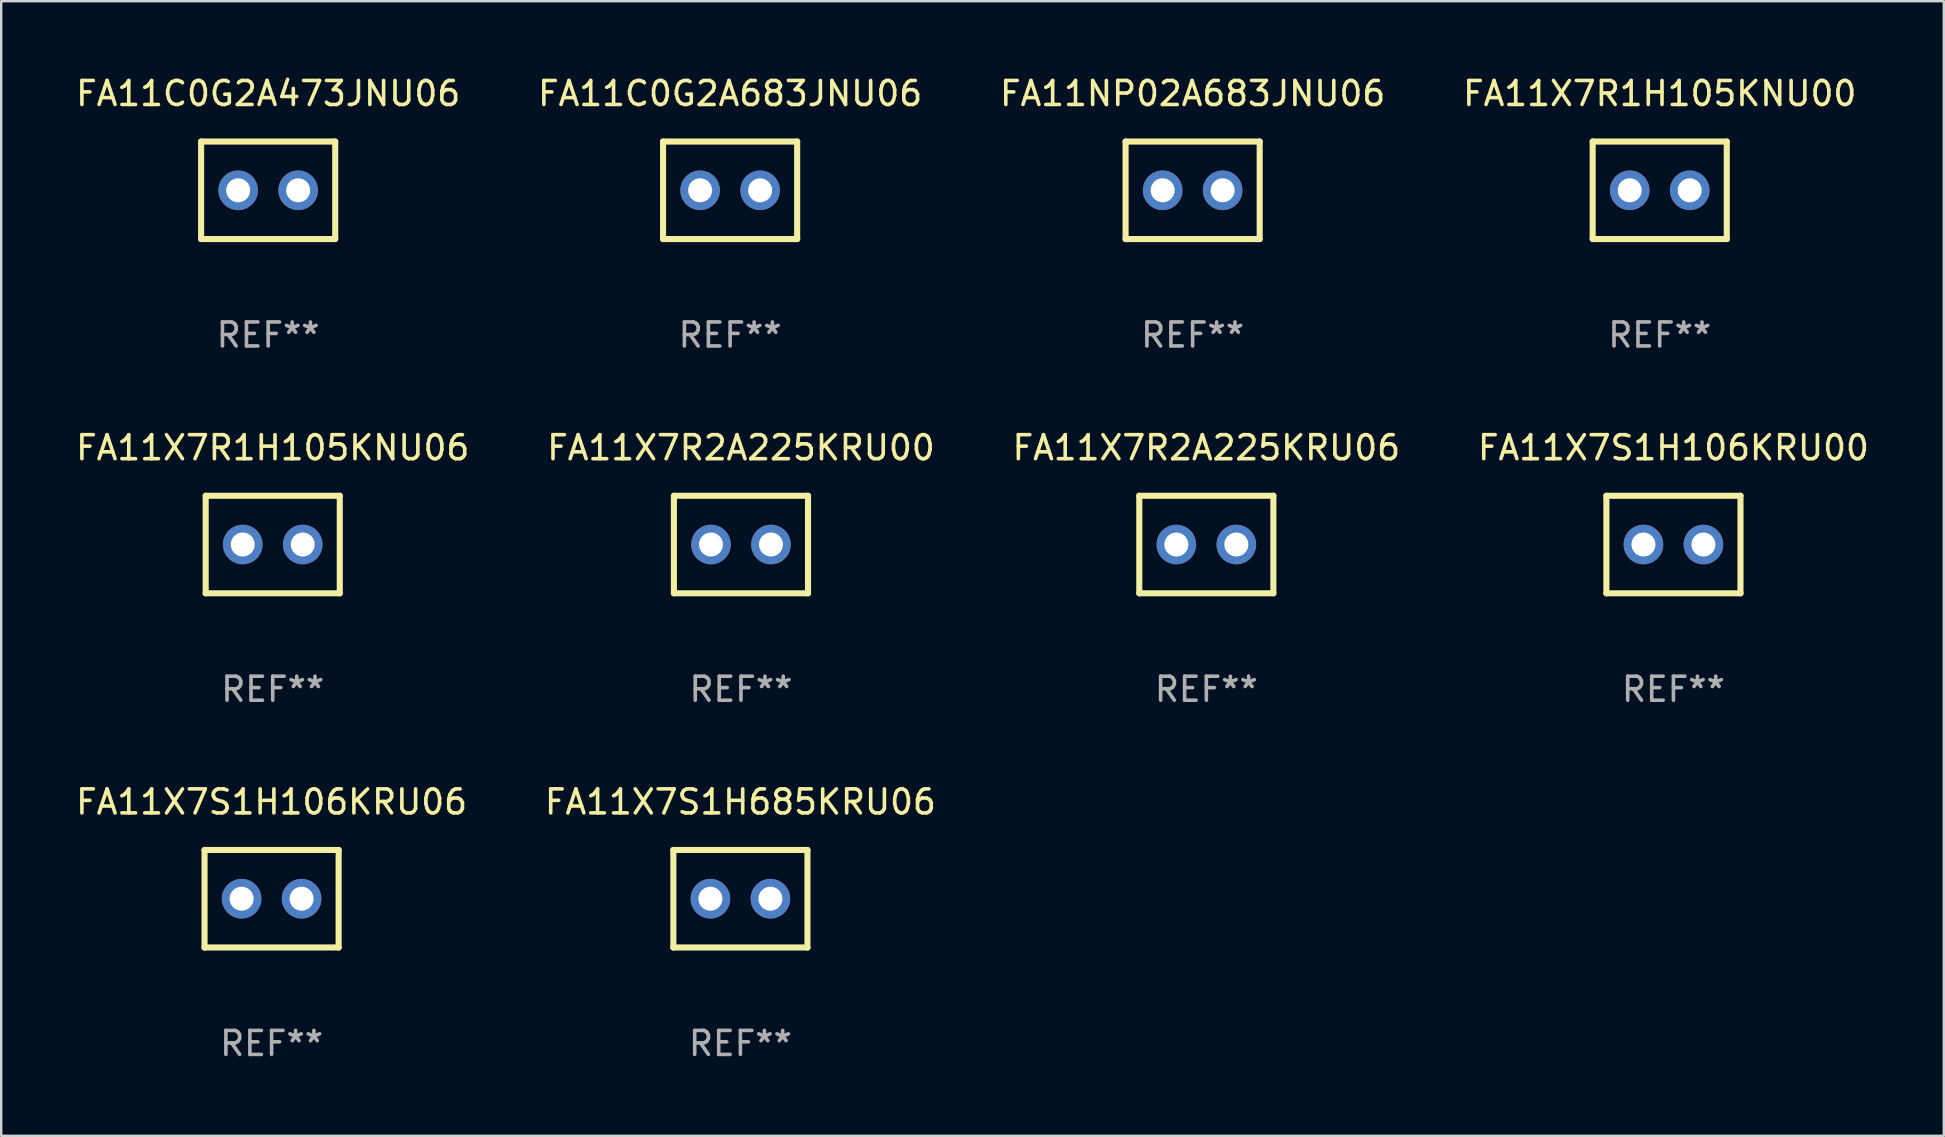
<source format=kicad_pcb>
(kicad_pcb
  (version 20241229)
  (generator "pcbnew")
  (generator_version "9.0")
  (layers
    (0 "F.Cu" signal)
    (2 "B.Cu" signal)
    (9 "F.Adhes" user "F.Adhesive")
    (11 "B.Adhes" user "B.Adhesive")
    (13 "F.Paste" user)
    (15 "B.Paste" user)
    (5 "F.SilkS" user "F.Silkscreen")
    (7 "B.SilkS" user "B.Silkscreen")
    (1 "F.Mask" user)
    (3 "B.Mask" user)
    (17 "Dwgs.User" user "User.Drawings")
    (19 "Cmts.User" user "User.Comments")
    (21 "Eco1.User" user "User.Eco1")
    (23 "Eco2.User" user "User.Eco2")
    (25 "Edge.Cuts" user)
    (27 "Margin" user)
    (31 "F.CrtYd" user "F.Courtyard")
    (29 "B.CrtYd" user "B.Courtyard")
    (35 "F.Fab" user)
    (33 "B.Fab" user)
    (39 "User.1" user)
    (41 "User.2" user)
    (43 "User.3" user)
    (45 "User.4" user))
  (footprint "FA11C0G2A473JNU06"
    (layer "F.Cu")
    (at 8.125 4.88)
    (property "Reference" "FA11C0G2A473JNU06" (at 0 -4.032 0) (layer "F.SilkS") (effects (font (size 1 1) (thickness 0.15))))
    (attr through_hole)
    (fp_line (start -2.794 -2.032) (end -2.794 2.032) (stroke (width 0.254) (type solid)) (layer "F.SilkS"))
    (fp_line (start -2.794 2.032) (end 2.794 2.032) (stroke (width 0.254) (type solid)) (layer "F.SilkS"))
    (fp_line (start 2.794 -2.032) (end -2.794 -2.032) (stroke (width 0.254) (type solid)) (layer "F.SilkS"))
    (fp_line (start 2.794 2.032) (end 2.794 -2.032) (stroke (width 0.254) (type solid)) (layer "F.SilkS"))
    (fp_circle (center -2.75 2) (end -2.72 2) (stroke (width 0.06) (type solid)) (fill no) (layer "F.SilkS"))
    (fp_text user "REF**" (at 0 6.032 0) (layer "F.Fab") (effects (font (size 1 1) (thickness 0.15))))
    (pad "1" thru_hole circle (at -1.25 0) (size 1.65 1.65) (drill 1) (layers "*.Cu" "*.Mask"))
    (pad "2" thru_hole circle (at 1.25 0) (size 1.65 1.65) (drill 1) (layers "*.Cu" "*.Mask")))
  (footprint "FA11X7R1H105KNU00"
    (layer "F.Cu")
    (at 66.113 4.88)
    (property "Reference" "FA11X7R1H105KNU00" (at 0 -4.032 0) (layer "F.SilkS") (effects (font (size 1 1) (thickness 0.15))))
    (attr through_hole)
    (fp_line (start -2.794 -2.032) (end -2.794 2.032) (stroke (width 0.254) (type solid)) (layer "F.SilkS"))
    (fp_line (start -2.794 2.032) (end 2.794 2.032) (stroke (width 0.254) (type solid)) (layer "F.SilkS"))
    (fp_line (start 2.794 -2.032) (end -2.794 -2.032) (stroke (width 0.254) (type solid)) (layer "F.SilkS"))
    (fp_line (start 2.794 2.032) (end 2.794 -2.032) (stroke (width 0.254) (type solid)) (layer "F.SilkS"))
    (fp_circle (center -2.75 2) (end -2.72 2) (stroke (width 0.06) (type solid)) (fill no) (layer "F.SilkS"))
    (fp_text user "REF**" (at 0 6.032 0) (layer "F.Fab") (effects (font (size 1 1) (thickness 0.15))))
    (pad "1" thru_hole circle (at -1.25 0) (size 1.65 1.65) (drill 1) (layers "*.Cu" "*.Mask"))
    (pad "2" thru_hole circle (at 1.25 0) (size 1.65 1.65) (drill 1) (layers "*.Cu" "*.Mask")))
  (footprint "FA11X7S1H106KRU00"
    (layer "F.Cu")
    (at 66.685 19.641)
    (property "Reference" "FA11X7S1H106KRU00" (at 0 -4.032 0) (layer "F.SilkS") (effects (font (size 1 1) (thickness 0.15))))
    (attr through_hole)
    (fp_line (start -2.794 -2.032) (end -2.794 2.032) (stroke (width 0.254) (type solid)) (layer "F.SilkS"))
    (fp_line (start -2.794 2.032) (end 2.794 2.032) (stroke (width 0.254) (type solid)) (layer "F.SilkS"))
    (fp_line (start 2.794 -2.032) (end -2.794 -2.032) (stroke (width 0.254) (type solid)) (layer "F.SilkS"))
    (fp_line (start 2.794 2.032) (end 2.794 -2.032) (stroke (width 0.254) (type solid)) (layer "F.SilkS"))
    (fp_circle (center -2.75 2) (end -2.72 2) (stroke (width 0.06) (type solid)) (fill no) (layer "F.SilkS"))
    (fp_text user "REF**" (at 0 6.032 0) (layer "F.Fab") (effects (font (size 1 1) (thickness 0.15))))
    (pad "1" thru_hole circle (at -1.25 0) (size 1.65 1.65) (drill 1) (layers "*.Cu" "*.Mask"))
    (pad "2" thru_hole circle (at 1.25 0) (size 1.65 1.65) (drill 1) (layers "*.Cu" "*.Mask")))
  (footprint "FA11X7R1H105KNU06"
    (layer "F.Cu")
    (at 8.315 19.641)
    (property "Reference" "FA11X7R1H105KNU06" (at 0 -4.032 0) (layer "F.SilkS") (effects (font (size 1 1) (thickness 0.15))))
    (attr through_hole)
    (fp_line (start -2.794 -2.032) (end -2.794 2.032) (stroke (width 0.254) (type solid)) (layer "F.SilkS"))
    (fp_line (start -2.794 2.032) (end 2.794 2.032) (stroke (width 0.254) (type solid)) (layer "F.SilkS"))
    (fp_line (start 2.794 -2.032) (end -2.794 -2.032) (stroke (width 0.254) (type solid)) (layer "F.SilkS"))
    (fp_line (start 2.794 2.032) (end 2.794 -2.032) (stroke (width 0.254) (type solid)) (layer "F.SilkS"))
    (fp_circle (center -2.75 2) (end -2.72 2) (stroke (width 0.06) (type solid)) (fill no) (layer "F.SilkS"))
    (fp_text user "REF**" (at 0 6.032 0) (layer "F.Fab") (effects (font (size 1 1) (thickness 0.15))))
    (pad "1" thru_hole circle (at -1.25 0) (size 1.65 1.65) (drill 1) (layers "*.Cu" "*.Mask"))
    (pad "2" thru_hole circle (at 1.25 0) (size 1.65 1.65) (drill 1) (layers "*.Cu" "*.Mask")))
  (footprint "FA11X7S1H685KRU06"
    (layer "F.Cu")
    (at 27.804 34.401)
    (property "Reference" "FA11X7S1H685KRU06" (at 0 -4.032 0) (layer "F.SilkS") (effects (font (size 1 1) (thickness 0.15))))
    (attr through_hole)
    (fp_line (start -2.794 -2.032) (end -2.794 2.032) (stroke (width 0.254) (type solid)) (layer "F.SilkS"))
    (fp_line (start -2.794 2.032) (end 2.794 2.032) (stroke (width 0.254) (type solid)) (layer "F.SilkS"))
    (fp_line (start 2.794 -2.032) (end -2.794 -2.032) (stroke (width 0.254) (type solid)) (layer "F.SilkS"))
    (fp_line (start 2.794 2.032) (end 2.794 -2.032) (stroke (width 0.254) (type solid)) (layer "F.SilkS"))
    (fp_circle (center -2.75 2) (end -2.72 2) (stroke (width 0.06) (type solid)) (fill no) (layer "F.SilkS"))
    (fp_text user "REF**" (at 0 6.032 0) (layer "F.Fab") (effects (font (size 1 1) (thickness 0.15))))
    (pad "1" thru_hole circle (at -1.25 0) (size 1.65 1.65) (drill 1) (layers "*.Cu" "*.Mask"))
    (pad "2" thru_hole circle (at 1.25 0) (size 1.65 1.65) (drill 1) (layers "*.Cu" "*.Mask")))
  (footprint "FA11NP02A683JNU06"
    (layer "F.Cu")
    (at 46.649 4.88)
    (property "Reference" "FA11NP02A683JNU06" (at 0 -4.032 0) (layer "F.SilkS") (effects (font (size 1 1) (thickness 0.15))))
    (attr through_hole)
    (fp_line (start -2.794 -2.032) (end -2.794 2.032) (stroke (width 0.254) (type solid)) (layer "F.SilkS"))
    (fp_line (start -2.794 2.032) (end 2.794 2.032) (stroke (width 0.254) (type solid)) (layer "F.SilkS"))
    (fp_line (start 2.794 -2.032) (end -2.794 -2.032) (stroke (width 0.254) (type solid)) (layer "F.SilkS"))
    (fp_line (start 2.794 2.032) (end 2.794 -2.032) (stroke (width 0.254) (type solid)) (layer "F.SilkS"))
    (fp_circle (center -2.75 2) (end -2.72 2) (stroke (width 0.06) (type solid)) (fill no) (layer "F.SilkS"))
    (fp_text user "REF**" (at 0 6.032 0) (layer "F.Fab") (effects (font (size 1 1) (thickness 0.15))))
    (pad "1" thru_hole circle (at -1.25 0) (size 1.65 1.65) (drill 1) (layers "*.Cu" "*.Mask"))
    (pad "2" thru_hole circle (at 1.25 0) (size 1.65 1.65) (drill 1) (layers "*.Cu" "*.Mask")))
  (footprint "FA11X7S1H106KRU06"
    (layer "F.Cu")
    (at 8.268 34.401)
    (property "Reference" "FA11X7S1H106KRU06" (at 0 -4.032 0) (layer "F.SilkS") (effects (font (size 1 1) (thickness 0.15))))
    (attr through_hole)
    (fp_line (start -2.794 -2.032) (end -2.794 2.032) (stroke (width 0.254) (type solid)) (layer "F.SilkS"))
    (fp_line (start -2.794 2.032) (end 2.794 2.032) (stroke (width 0.254) (type solid)) (layer "F.SilkS"))
    (fp_line (start 2.794 -2.032) (end -2.794 -2.032) (stroke (width 0.254) (type solid)) (layer "F.SilkS"))
    (fp_line (start 2.794 2.032) (end 2.794 -2.032) (stroke (width 0.254) (type solid)) (layer "F.SilkS"))
    (fp_circle (center -2.75 2) (end -2.72 2) (stroke (width 0.06) (type solid)) (fill no) (layer "F.SilkS"))
    (fp_text user "REF**" (at 0 6.032 0) (layer "F.Fab") (effects (font (size 1 1) (thickness 0.15))))
    (pad "1" thru_hole circle (at -1.25 0) (size 1.65 1.65) (drill 1) (layers "*.Cu" "*.Mask"))
    (pad "2" thru_hole circle (at 1.25 0) (size 1.65 1.65) (drill 1) (layers "*.Cu" "*.Mask")))
  (footprint "FA11X7R2A225KRU00"
    (layer "F.Cu")
    (at 27.827 19.641)
    (property "Reference" "FA11X7R2A225KRU00" (at 0 -4.032 0) (layer "F.SilkS") (effects (font (size 1 1) (thickness 0.15))))
    (attr through_hole)
    (fp_line (start -2.794 -2.032) (end -2.794 2.032) (stroke (width 0.254) (type solid)) (layer "F.SilkS"))
    (fp_line (start -2.794 2.032) (end 2.794 2.032) (stroke (width 0.254) (type solid)) (layer "F.SilkS"))
    (fp_line (start 2.794 -2.032) (end -2.794 -2.032) (stroke (width 0.254) (type solid)) (layer "F.SilkS"))
    (fp_line (start 2.794 2.032) (end 2.794 -2.032) (stroke (width 0.254) (type solid)) (layer "F.SilkS"))
    (fp_circle (center -2.75 2) (end -2.72 2) (stroke (width 0.06) (type solid)) (fill no) (layer "F.SilkS"))
    (fp_text user "REF**" (at 0 6.032 0) (layer "F.Fab") (effects (font (size 1 1) (thickness 0.15))))
    (pad "1" thru_hole circle (at -1.25 0) (size 1.65 1.65) (drill 1) (layers "*.Cu" "*.Mask"))
    (pad "2" thru_hole circle (at 1.25 0) (size 1.65 1.65) (drill 1) (layers "*.Cu" "*.Mask")))
  (footprint "FA11X7R2A225KRU06"
    (layer "F.Cu")
    (at 47.22 19.641)
    (property "Reference" "FA11X7R2A225KRU06" (at 0 -4.032 0) (layer "F.SilkS") (effects (font (size 1 1) (thickness 0.15))))
    (attr through_hole)
    (fp_line (start -2.794 -2.032) (end -2.794 2.032) (stroke (width 0.254) (type solid)) (layer "F.SilkS"))
    (fp_line (start -2.794 2.032) (end 2.794 2.032) (stroke (width 0.254) (type solid)) (layer "F.SilkS"))
    (fp_line (start 2.794 -2.032) (end -2.794 -2.032) (stroke (width 0.254) (type solid)) (layer "F.SilkS"))
    (fp_line (start 2.794 2.032) (end 2.794 -2.032) (stroke (width 0.254) (type solid)) (layer "F.SilkS"))
    (fp_circle (center -2.75 2) (end -2.72 2) (stroke (width 0.06) (type solid)) (fill no) (layer "F.SilkS"))
    (fp_text user "REF**" (at 0 6.032 0) (layer "F.Fab") (effects (font (size 1 1) (thickness 0.15))))
    (pad "1" thru_hole circle (at -1.25 0) (size 1.65 1.65) (drill 1) (layers "*.Cu" "*.Mask"))
    (pad "2" thru_hole circle (at 1.25 0) (size 1.65 1.65) (drill 1) (layers "*.Cu" "*.Mask")))
  (footprint "FA11C0G2A683JNU06"
    (layer "F.Cu")
    (at 27.375 4.88)
    (property "Reference" "FA11C0G2A683JNU06" (at 0 -4.032 0) (layer "F.SilkS") (effects (font (size 1 1) (thickness 0.15))))
    (attr through_hole)
    (fp_line (start -2.794 -2.032) (end -2.794 2.032) (stroke (width 0.254) (type solid)) (layer "F.SilkS"))
    (fp_line (start -2.794 2.032) (end 2.794 2.032) (stroke (width 0.254) (type solid)) (layer "F.SilkS"))
    (fp_line (start 2.794 -2.032) (end -2.794 -2.032) (stroke (width 0.254) (type solid)) (layer "F.SilkS"))
    (fp_line (start 2.794 2.032) (end 2.794 -2.032) (stroke (width 0.254) (type solid)) (layer "F.SilkS"))
    (fp_circle (center -2.75 2) (end -2.72 2) (stroke (width 0.06) (type solid)) (fill no) (layer "F.SilkS"))
    (fp_text user "REF**" (at 0 6.032 0) (layer "F.Fab") (effects (font (size 1 1) (thickness 0.15))))
    (pad "1" thru_hole circle (at -1.25 0) (size 1.65 1.65) (drill 1) (layers "*.Cu" "*.Mask"))
    (pad "2" thru_hole circle (at 1.25 0) (size 1.65 1.65) (drill 1) (layers "*.Cu" "*.Mask")))
  (gr_rect
    (start -3 -3)
    (end 77.952 44.282)
    (stroke (width 0.1) (type default))
    (fill no)
    (layer "Edge.Cuts")))
</source>
